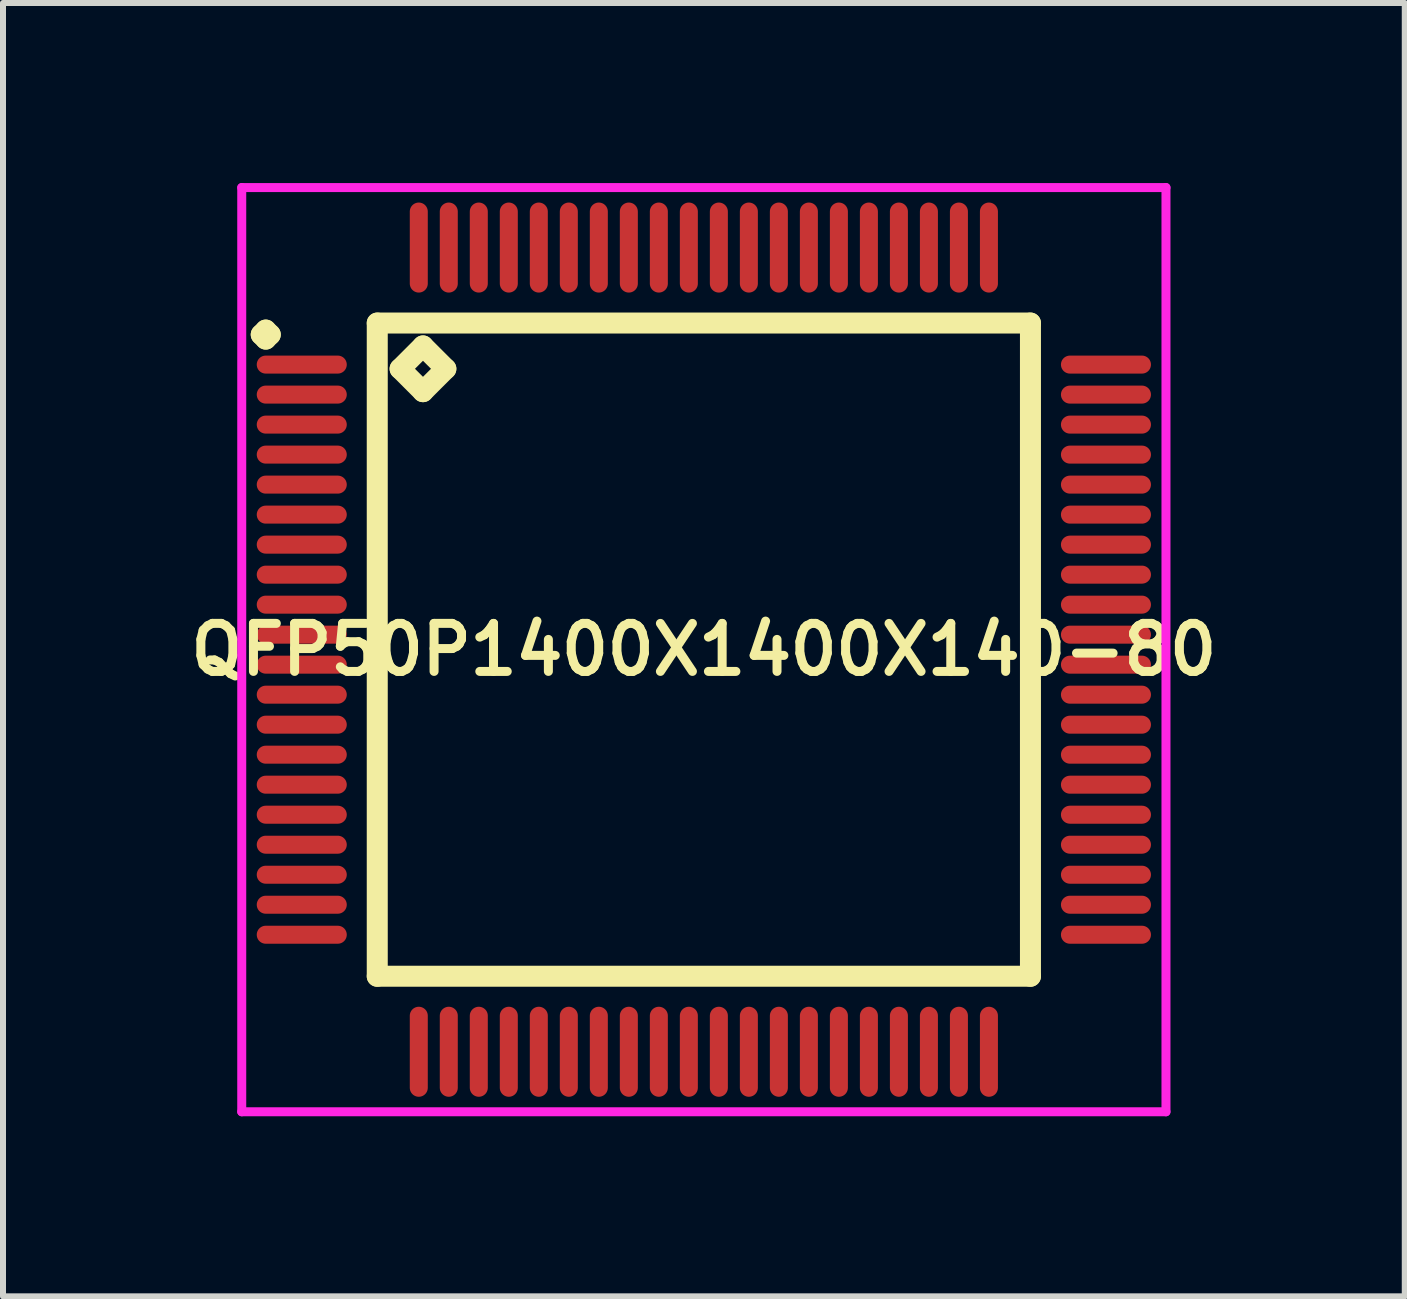
<source format=kicad_pcb>
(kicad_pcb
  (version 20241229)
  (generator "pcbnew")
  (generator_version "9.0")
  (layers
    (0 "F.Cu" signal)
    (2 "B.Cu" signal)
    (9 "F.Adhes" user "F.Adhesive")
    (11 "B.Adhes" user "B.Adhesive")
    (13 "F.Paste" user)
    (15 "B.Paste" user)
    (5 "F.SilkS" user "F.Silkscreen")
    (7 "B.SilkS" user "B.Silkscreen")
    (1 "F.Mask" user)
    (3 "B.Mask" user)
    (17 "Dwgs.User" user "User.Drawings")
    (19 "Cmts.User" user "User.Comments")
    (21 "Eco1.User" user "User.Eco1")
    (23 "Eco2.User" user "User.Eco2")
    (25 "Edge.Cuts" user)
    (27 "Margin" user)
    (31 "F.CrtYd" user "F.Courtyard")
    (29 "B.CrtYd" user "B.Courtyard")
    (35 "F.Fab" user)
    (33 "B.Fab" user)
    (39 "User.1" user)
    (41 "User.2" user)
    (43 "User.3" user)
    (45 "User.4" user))
  (footprint "QFP50P1400X1400X140-80"
    (layer "F.Cu")
    (at 8.678 7.775)
    (property "Reference" "QFP50P1400X1400X140-80" (at 0 0 0) (layer "F.SilkS") (effects (font (size 0.8 0.8) (thickness 0.15))))
    (attr smd)
    (fp_line (start -7.375 -5.25) (end -7.3 -5.325) (stroke (width 0.35) (type solid)) (layer "F.SilkS"))
    (fp_line (start -7.3 -5.325) (end -7.225 -5.25) (stroke (width 0.35) (type solid)) (layer "F.SilkS"))
    (fp_line (start -7.3 -5.175) (end -7.375 -5.25) (stroke (width 0.35) (type solid)) (layer "F.SilkS"))
    (fp_line (start -7.225 -5.25) (end -7.3 -5.175) (stroke (width 0.35) (type solid)) (layer "F.SilkS"))
    (fp_line (start -5.442 -5.442) (end -5.442 5.442) (stroke (width 0.35) (type solid)) (layer "F.SilkS"))
    (fp_line (start -5.442 5.442) (end 5.442 5.442) (stroke (width 0.35) (type solid)) (layer "F.SilkS"))
    (fp_line (start -5.061 -4.68) (end -4.68 -5.061) (stroke (width 0.35) (type solid)) (layer "F.SilkS"))
    (fp_line (start -4.68 -5.061) (end -4.299 -4.68) (stroke (width 0.35) (type solid)) (layer "F.SilkS"))
    (fp_line (start -4.68 -4.299) (end -5.061 -4.68) (stroke (width 0.35) (type solid)) (layer "F.SilkS"))
    (fp_line (start -4.299 -4.68) (end -4.68 -4.299) (stroke (width 0.35) (type solid)) (layer "F.SilkS"))
    (fp_line (start 5.442 -5.442) (end -5.442 -5.442) (stroke (width 0.35) (type solid)) (layer "F.SilkS"))
    (fp_line (start 5.442 5.442) (end 5.442 -5.442) (stroke (width 0.35) (type solid)) (layer "F.SilkS"))
    (fp_line (start -7.7 -7.7) (end 7.7 -7.7) (stroke (width 0.15) (type solid)) (layer "F.CrtYd"))
    (fp_line (start -7.7 7.7) (end -7.7 -7.7) (stroke (width 0.15) (type solid)) (layer "F.CrtYd"))
    (fp_line (start 7.7 -7.7) (end 7.7 7.7) (stroke (width 0.15) (type solid)) (layer "F.CrtYd"))
    (fp_line (start 7.7 7.7) (end -7.7 7.7) (stroke (width 0.15) (type solid)) (layer "F.CrtYd"))
    (pad "1" smd oval (at -6.7 -4.75) (size 1.5 0.3) (layers "F.Cu" "F.Mask" "F.Paste"))
    (pad "2" smd oval (at -6.7 -4.25) (size 1.5 0.3) (layers "F.Cu" "F.Mask" "F.Paste"))
    (pad "3" smd oval (at -6.7 -3.75) (size 1.5 0.3) (layers "F.Cu" "F.Mask" "F.Paste"))
    (pad "4" smd oval (at -6.7 -3.25) (size 1.5 0.3) (layers "F.Cu" "F.Mask" "F.Paste"))
    (pad "5" smd oval (at -6.7 -2.75) (size 1.5 0.3) (layers "F.Cu" "F.Mask" "F.Paste"))
    (pad "6" smd oval (at -6.7 -2.25) (size 1.5 0.3) (layers "F.Cu" "F.Mask" "F.Paste"))
    (pad "7" smd oval (at -6.7 -1.75) (size 1.5 0.3) (layers "F.Cu" "F.Mask" "F.Paste"))
    (pad "8" smd oval (at -6.7 -1.25) (size 1.5 0.3) (layers "F.Cu" "F.Mask" "F.Paste"))
    (pad "9" smd oval (at -6.7 -0.75) (size 1.5 0.3) (layers "F.Cu" "F.Mask" "F.Paste"))
    (pad "10" smd oval (at -6.7 -0.25) (size 1.5 0.3) (layers "F.Cu" "F.Mask" "F.Paste"))
    (pad "11" smd oval (at -6.7 0.25) (size 1.5 0.3) (layers "F.Cu" "F.Mask" "F.Paste"))
    (pad "12" smd oval (at -6.7 0.75) (size 1.5 0.3) (layers "F.Cu" "F.Mask" "F.Paste"))
    (pad "13" smd oval (at -6.7 1.25) (size 1.5 0.3) (layers "F.Cu" "F.Mask" "F.Paste"))
    (pad "14" smd oval (at -6.7 1.75) (size 1.5 0.3) (layers "F.Cu" "F.Mask" "F.Paste"))
    (pad "15" smd oval (at -6.7 2.25) (size 1.5 0.3) (layers "F.Cu" "F.Mask" "F.Paste"))
    (pad "16" smd oval (at -6.7 2.75) (size 1.5 0.3) (layers "F.Cu" "F.Mask" "F.Paste"))
    (pad "17" smd oval (at -6.7 3.25) (size 1.5 0.3) (layers "F.Cu" "F.Mask" "F.Paste"))
    (pad "18" smd oval (at -6.7 3.75) (size 1.5 0.3) (layers "F.Cu" "F.Mask" "F.Paste"))
    (pad "19" smd oval (at -6.7 4.25) (size 1.5 0.3) (layers "F.Cu" "F.Mask" "F.Paste"))
    (pad "20" smd oval (at -6.7 4.75) (size 1.5 0.3) (layers "F.Cu" "F.Mask" "F.Paste"))
    (pad "21" smd oval (at -4.75 6.7) (size 0.3 1.5) (layers "F.Cu" "F.Mask" "F.Paste"))
    (pad "22" smd oval (at -4.25 6.7) (size 0.3 1.5) (layers "F.Cu" "F.Mask" "F.Paste"))
    (pad "23" smd oval (at -3.75 6.7) (size 0.3 1.5) (layers "F.Cu" "F.Mask" "F.Paste"))
    (pad "24" smd oval (at -3.25 6.7) (size 0.3 1.5) (layers "F.Cu" "F.Mask" "F.Paste"))
    (pad "25" smd oval (at -2.75 6.7) (size 0.3 1.5) (layers "F.Cu" "F.Mask" "F.Paste"))
    (pad "26" smd oval (at -2.25 6.7) (size 0.3 1.5) (layers "F.Cu" "F.Mask" "F.Paste"))
    (pad "27" smd oval (at -1.75 6.7) (size 0.3 1.5) (layers "F.Cu" "F.Mask" "F.Paste"))
    (pad "28" smd oval (at -1.25 6.7) (size 0.3 1.5) (layers "F.Cu" "F.Mask" "F.Paste"))
    (pad "29" smd oval (at -0.75 6.7) (size 0.3 1.5) (layers "F.Cu" "F.Mask" "F.Paste"))
    (pad "30" smd oval (at -0.25 6.7) (size 0.3 1.5) (layers "F.Cu" "F.Mask" "F.Paste"))
    (pad "31" smd oval (at 0.25 6.7) (size 0.3 1.5) (layers "F.Cu" "F.Mask" "F.Paste"))
    (pad "32" smd oval (at 0.75 6.7) (size 0.3 1.5) (layers "F.Cu" "F.Mask" "F.Paste"))
    (pad "33" smd oval (at 1.25 6.7) (size 0.3 1.5) (layers "F.Cu" "F.Mask" "F.Paste"))
    (pad "34" smd oval (at 1.75 6.7) (size 0.3 1.5) (layers "F.Cu" "F.Mask" "F.Paste"))
    (pad "35" smd oval (at 2.25 6.7) (size 0.3 1.5) (layers "F.Cu" "F.Mask" "F.Paste"))
    (pad "36" smd oval (at 2.75 6.7) (size 0.3 1.5) (layers "F.Cu" "F.Mask" "F.Paste"))
    (pad "37" smd oval (at 3.25 6.7) (size 0.3 1.5) (layers "F.Cu" "F.Mask" "F.Paste"))
    (pad "38" smd oval (at 3.75 6.7) (size 0.3 1.5) (layers "F.Cu" "F.Mask" "F.Paste"))
    (pad "39" smd oval (at 4.25 6.7) (size 0.3 1.5) (layers "F.Cu" "F.Mask" "F.Paste"))
    (pad "40" smd oval (at 4.75 6.7) (size 0.3 1.5) (layers "F.Cu" "F.Mask" "F.Paste"))
    (pad "41" smd oval (at 6.7 4.75) (size 1.5 0.3) (layers "F.Cu" "F.Mask" "F.Paste"))
    (pad "42" smd oval (at 6.7 4.25) (size 1.5 0.3) (layers "F.Cu" "F.Mask" "F.Paste"))
    (pad "43" smd oval (at 6.7 3.75) (size 1.5 0.3) (layers "F.Cu" "F.Mask" "F.Paste"))
    (pad "44" smd oval (at 6.7 3.25) (size 1.5 0.3) (layers "F.Cu" "F.Mask" "F.Paste"))
    (pad "45" smd oval (at 6.7 2.75) (size 1.5 0.3) (layers "F.Cu" "F.Mask" "F.Paste"))
    (pad "46" smd oval (at 6.7 2.25) (size 1.5 0.3) (layers "F.Cu" "F.Mask" "F.Paste"))
    (pad "47" smd oval (at 6.7 1.75) (size 1.5 0.3) (layers "F.Cu" "F.Mask" "F.Paste"))
    (pad "48" smd oval (at 6.7 1.25) (size 1.5 0.3) (layers "F.Cu" "F.Mask" "F.Paste"))
    (pad "49" smd oval (at 6.7 0.75) (size 1.5 0.3) (layers "F.Cu" "F.Mask" "F.Paste"))
    (pad "50" smd oval (at 6.7 0.25) (size 1.5 0.3) (layers "F.Cu" "F.Mask" "F.Paste"))
    (pad "51" smd oval (at 6.7 -0.25) (size 1.5 0.3) (layers "F.Cu" "F.Mask" "F.Paste"))
    (pad "52" smd oval (at 6.7 -0.75) (size 1.5 0.3) (layers "F.Cu" "F.Mask" "F.Paste"))
    (pad "53" smd oval (at 6.7 -1.25) (size 1.5 0.3) (layers "F.Cu" "F.Mask" "F.Paste"))
    (pad "54" smd oval (at 6.7 -1.75) (size 1.5 0.3) (layers "F.Cu" "F.Mask" "F.Paste"))
    (pad "55" smd oval (at 6.7 -2.25) (size 1.5 0.3) (layers "F.Cu" "F.Mask" "F.Paste"))
    (pad "56" smd oval (at 6.7 -2.75) (size 1.5 0.3) (layers "F.Cu" "F.Mask" "F.Paste"))
    (pad "57" smd oval (at 6.7 -3.25) (size 1.5 0.3) (layers "F.Cu" "F.Mask" "F.Paste"))
    (pad "58" smd oval (at 6.7 -3.75) (size 1.5 0.3) (layers "F.Cu" "F.Mask" "F.Paste"))
    (pad "59" smd oval (at 6.7 -4.25) (size 1.5 0.3) (layers "F.Cu" "F.Mask" "F.Paste"))
    (pad "60" smd oval (at 6.7 -4.75) (size 1.5 0.3) (layers "F.Cu" "F.Mask" "F.Paste"))
    (pad "61" smd oval (at 4.75 -6.7) (size 0.3 1.5) (layers "F.Cu" "F.Mask" "F.Paste"))
    (pad "62" smd oval (at 4.25 -6.7) (size 0.3 1.5) (layers "F.Cu" "F.Mask" "F.Paste"))
    (pad "63" smd oval (at 3.75 -6.7) (size 0.3 1.5) (layers "F.Cu" "F.Mask" "F.Paste"))
    (pad "64" smd oval (at 3.25 -6.7) (size 0.3 1.5) (layers "F.Cu" "F.Mask" "F.Paste"))
    (pad "65" smd oval (at 2.75 -6.7) (size 0.3 1.5) (layers "F.Cu" "F.Mask" "F.Paste"))
    (pad "66" smd oval (at 2.25 -6.7) (size 0.3 1.5) (layers "F.Cu" "F.Mask" "F.Paste"))
    (pad "67" smd oval (at 1.75 -6.7) (size 0.3 1.5) (layers "F.Cu" "F.Mask" "F.Paste"))
    (pad "68" smd oval (at 1.25 -6.7) (size 0.3 1.5) (layers "F.Cu" "F.Mask" "F.Paste"))
    (pad "69" smd oval (at 0.75 -6.7) (size 0.3 1.5) (layers "F.Cu" "F.Mask" "F.Paste"))
    (pad "70" smd oval (at 0.25 -6.7) (size 0.3 1.5) (layers "F.Cu" "F.Mask" "F.Paste"))
    (pad "71" smd oval (at -0.25 -6.7) (size 0.3 1.5) (layers "F.Cu" "F.Mask" "F.Paste"))
    (pad "72" smd oval (at -0.75 -6.7) (size 0.3 1.5) (layers "F.Cu" "F.Mask" "F.Paste"))
    (pad "73" smd oval (at -1.25 -6.7) (size 0.3 1.5) (layers "F.Cu" "F.Mask" "F.Paste"))
    (pad "74" smd oval (at -1.75 -6.7) (size 0.3 1.5) (layers "F.Cu" "F.Mask" "F.Paste"))
    (pad "75" smd oval (at -2.25 -6.7) (size 0.3 1.5) (layers "F.Cu" "F.Mask" "F.Paste"))
    (pad "76" smd oval (at -2.75 -6.7) (size 0.3 1.5) (layers "F.Cu" "F.Mask" "F.Paste"))
    (pad "77" smd oval (at -3.25 -6.7) (size 0.3 1.5) (layers "F.Cu" "F.Mask" "F.Paste"))
    (pad "78" smd oval (at -3.75 -6.7) (size 0.3 1.5) (layers "F.Cu" "F.Mask" "F.Paste"))
    (pad "79" smd oval (at -4.25 -6.7) (size 0.3 1.5) (layers "F.Cu" "F.Mask" "F.Paste"))
    (pad "80" smd oval (at -4.75 -6.7) (size 0.3 1.5) (layers "F.Cu" "F.Mask" "F.Paste")))
  (gr_rect
    (start -3 -3)
    (end 20.357 18.55)
    (stroke (width 0.1) (type default))
    (fill no)
    (layer "Edge.Cuts")))
</source>
